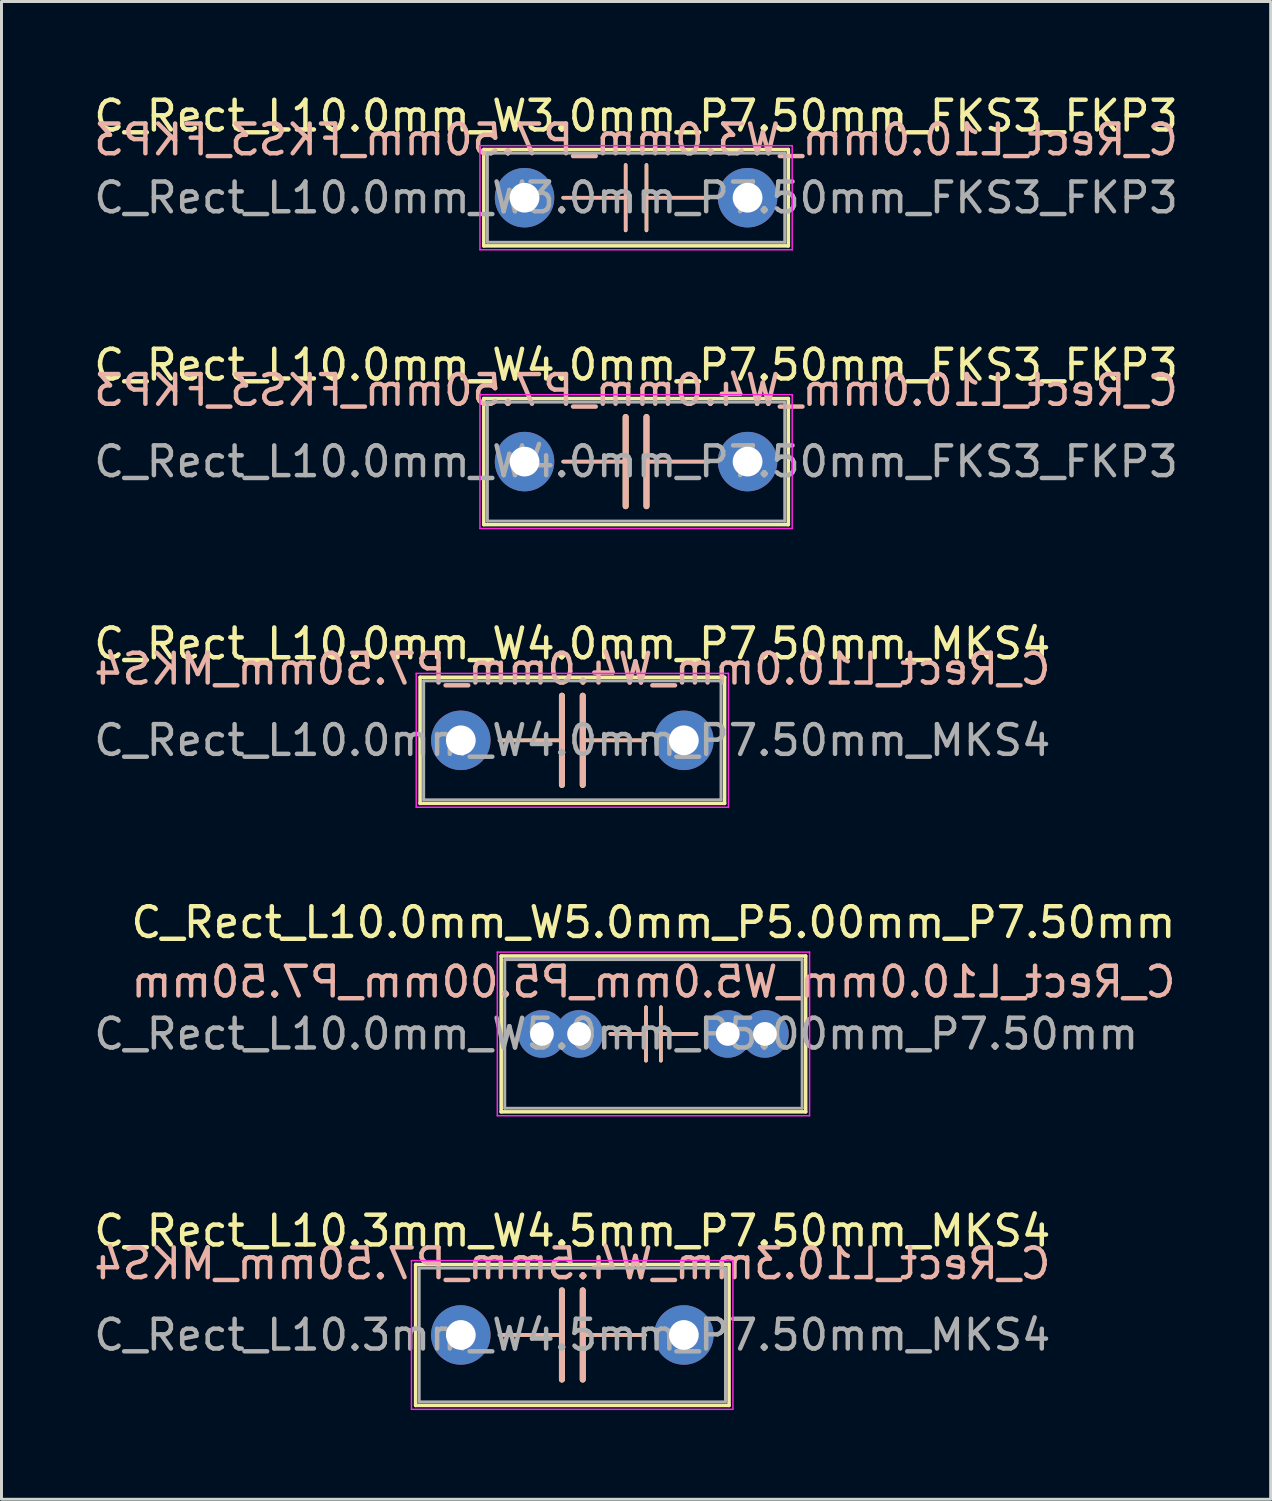
<source format=kicad_pcb>
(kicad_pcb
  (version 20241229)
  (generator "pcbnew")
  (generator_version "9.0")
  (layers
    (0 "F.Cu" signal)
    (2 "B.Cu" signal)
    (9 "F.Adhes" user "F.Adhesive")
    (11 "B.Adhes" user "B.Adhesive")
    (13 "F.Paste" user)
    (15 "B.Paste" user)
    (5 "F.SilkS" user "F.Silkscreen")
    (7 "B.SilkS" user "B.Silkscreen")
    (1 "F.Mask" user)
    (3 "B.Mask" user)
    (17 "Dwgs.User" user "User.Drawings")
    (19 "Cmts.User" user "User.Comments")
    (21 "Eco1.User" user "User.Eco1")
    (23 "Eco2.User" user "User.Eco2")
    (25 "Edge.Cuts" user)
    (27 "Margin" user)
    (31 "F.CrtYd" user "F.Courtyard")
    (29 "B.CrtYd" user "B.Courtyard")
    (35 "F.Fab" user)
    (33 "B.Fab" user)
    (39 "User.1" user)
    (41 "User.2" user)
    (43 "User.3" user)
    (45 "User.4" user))
  (footprint "C_Rect_L10.0mm_W3.0mm_P7.50mm_FKS3_FKP3"
    (layer "F.Cu")
    (at 14.589 3.598)
    (property "Reference" "C_Rect_L10.0mm_W3.0mm_P7.50mm_FKS3_FKP3" (at 3.75 -2.75 0) (layer "F.SilkS") (effects (font (size 1 1) (thickness 0.15))))
    (fp_line (start -1.37 -1.62) (end -1.37 1.62) (stroke (width 0.12) (type solid)) (layer "F.SilkS"))
    (fp_line (start -1.37 -1.62) (end 8.87 -1.62) (stroke (width 0.12) (type solid)) (layer "F.SilkS"))
    (fp_line (start -1.37 1.62) (end 8.87 1.62) (stroke (width 0.12) (type solid)) (layer "F.SilkS"))
    (fp_line (start 1.3 0) (end 3.4 0) (stroke (width 0.12) (type solid)) (layer "F.SilkS"))
    (fp_line (start 3.4 -1.1) (end 3.4 1.1) (stroke (width 0.12) (type solid)) (layer "F.SilkS"))
    (fp_line (start 4.1 -1.1) (end 4.1 1.1) (stroke (width 0.12) (type solid)) (layer "F.SilkS"))
    (fp_line (start 4.1 0) (end 6.2 0) (stroke (width 0.12) (type solid)) (layer "F.SilkS"))
    (fp_line (start 8.87 -1.62) (end 8.87 1.62) (stroke (width 0.12) (type solid)) (layer "F.SilkS"))
    (fp_line (start 1.3 0) (end 3.4 0) (stroke (width 0.12) (type solid)) (layer "B.SilkS"))
    (fp_line (start 3.4 1.1) (end 3.4 -1.1) (stroke (width 0.12) (type solid)) (layer "B.SilkS"))
    (fp_line (start 4.1 0) (end 6.2 0) (stroke (width 0.12) (type solid)) (layer "B.SilkS"))
    (fp_line (start 4.1 1.1) (end 4.1 -1.1) (stroke (width 0.12) (type solid)) (layer "B.SilkS"))
    (fp_line (start -1.5 -1.75) (end -1.5 1.75) (stroke (width 0.05) (type solid)) (layer "F.CrtYd"))
    (fp_line (start -1.5 1.75) (end 9 1.75) (stroke (width 0.05) (type solid)) (layer "F.CrtYd"))
    (fp_line (start 9 -1.75) (end -1.5 -1.75) (stroke (width 0.05) (type solid)) (layer "F.CrtYd"))
    (fp_line (start 9 1.75) (end 9 -1.75) (stroke (width 0.05) (type solid)) (layer "F.CrtYd"))
    (fp_line (start -1.25 -1.5) (end -1.25 1.5) (stroke (width 0.1) (type solid)) (layer "F.Fab"))
    (fp_line (start -1.25 1.5) (end 8.75 1.5) (stroke (width 0.1) (type solid)) (layer "F.Fab"))
    (fp_line (start 8.75 -1.5) (end -1.25 -1.5) (stroke (width 0.1) (type solid)) (layer "F.Fab"))
    (fp_line (start 8.75 1.5) (end 8.75 -1.5) (stroke (width 0.1) (type solid)) (layer "F.Fab"))
    (fp_text user "${REFERENCE}" (at 3.75 -1.95 0) (layer "B.SilkS") (effects (font (size 1 1) (thickness 0.15)) (justify mirror)))
    (fp_text user "${REFERENCE}" (at 3.75 0 0) (layer "F.Fab") (effects (font (size 1 1) (thickness 0.15))))
    (pad "1" thru_hole circle (at 0 0) (size 2 2) (drill 1) (layers "*.Cu" "*.Mask"))
    (pad "2" thru_hole circle (at 7.5 0) (size 2 2) (drill 1) (layers "*.Cu" "*.Mask")))
  (footprint "C_Rect_L10.0mm_W4.0mm_P7.50mm_FKS3_FKP3"
    (layer "F.Cu")
    (at 14.589 12.472)
    (property "Reference" "C_Rect_L10.0mm_W4.0mm_P7.50mm_FKS3_FKP3" (at 3.75 -3.25 0) (layer "F.SilkS") (effects (font (size 1 1) (thickness 0.15))))
    (fp_line (start -1.37 -2.12) (end -1.37 2.12) (stroke (width 0.12) (type solid)) (layer "F.SilkS"))
    (fp_line (start -1.37 -2.12) (end 8.87 -2.12) (stroke (width 0.12) (type solid)) (layer "F.SilkS"))
    (fp_line (start -1.37 2.12) (end 8.87 2.12) (stroke (width 0.12) (type solid)) (layer "F.SilkS"))
    (fp_line (start 1.3 0) (end 3.4 0) (stroke (width 0.12) (type solid)) (layer "F.SilkS"))
    (fp_line (start 3.4 -1.5) (end 3.4 1.5) (stroke (width 0.2) (type solid)) (layer "F.SilkS"))
    (fp_line (start 4.1 -1.5) (end 4.1 1.5) (stroke (width 0.2) (type solid)) (layer "F.SilkS"))
    (fp_line (start 4.1 0) (end 6.2 0) (stroke (width 0.12) (type solid)) (layer "F.SilkS"))
    (fp_line (start 8.87 -2.12) (end 8.87 2.12) (stroke (width 0.12) (type solid)) (layer "F.SilkS"))
    (fp_line (start 1.3 0) (end 3.4 0) (stroke (width 0.12) (type solid)) (layer "B.SilkS"))
    (fp_line (start 3.4 1.5) (end 3.4 -1.5) (stroke (width 0.2) (type solid)) (layer "B.SilkS"))
    (fp_line (start 4.1 0) (end 6.2 0) (stroke (width 0.12) (type solid)) (layer "B.SilkS"))
    (fp_line (start 4.1 1.5) (end 4.1 -1.5) (stroke (width 0.2) (type solid)) (layer "B.SilkS"))
    (fp_line (start -1.5 -2.25) (end -1.5 2.25) (stroke (width 0.05) (type solid)) (layer "F.CrtYd"))
    (fp_line (start -1.5 2.25) (end 9 2.25) (stroke (width 0.05) (type solid)) (layer "F.CrtYd"))
    (fp_line (start 9 -2.25) (end -1.5 -2.25) (stroke (width 0.05) (type solid)) (layer "F.CrtYd"))
    (fp_line (start 9 2.25) (end 9 -2.25) (stroke (width 0.05) (type solid)) (layer "F.CrtYd"))
    (fp_line (start -1.25 -2) (end -1.25 2) (stroke (width 0.1) (type solid)) (layer "F.Fab"))
    (fp_line (start -1.25 2) (end 8.75 2) (stroke (width 0.1) (type solid)) (layer "F.Fab"))
    (fp_line (start 8.75 -2) (end -1.25 -2) (stroke (width 0.1) (type solid)) (layer "F.Fab"))
    (fp_line (start 8.75 2) (end 8.75 -2) (stroke (width 0.1) (type solid)) (layer "F.Fab"))
    (fp_text user "${REFERENCE}" (at 3.75 -2.4 0) (layer "B.SilkS") (effects (font (size 1 1) (thickness 0.15)) (justify mirror)))
    (fp_text user "${REFERENCE}" (at 3.75 0 0) (layer "F.Fab") (effects (font (size 1 1) (thickness 0.15))))
    (pad "1" thru_hole circle (at 0 0) (size 2 2) (drill 1) (layers "*.Cu" "*.Mask"))
    (pad "2" thru_hole circle (at 7.5 0) (size 2 2) (drill 1) (layers "*.Cu" "*.Mask")))
  (footprint "C_Rect_L10.3mm_W4.5mm_P7.50mm_MKS4"
    (layer "F.Cu")
    (at 12.446 41.841)
    (property "Reference" "C_Rect_L10.3mm_W4.5mm_P7.50mm_MKS4" (at 3.75 -3.5 0) (layer "F.SilkS") (effects (font (size 1 1) (thickness 0.15))))
    (fp_line (start -1.52 -2.37) (end -1.52 2.37) (stroke (width 0.12) (type solid)) (layer "F.SilkS"))
    (fp_line (start -1.52 -2.37) (end 9.02 -2.37) (stroke (width 0.12) (type solid)) (layer "F.SilkS"))
    (fp_line (start -1.52 2.37) (end 9.02 2.37) (stroke (width 0.12) (type solid)) (layer "F.SilkS"))
    (fp_line (start 1.3 0) (end 3.4 0) (stroke (width 0.12) (type solid)) (layer "F.SilkS"))
    (fp_line (start 3.4 -1.5) (end 3.4 1.5) (stroke (width 0.2) (type solid)) (layer "F.SilkS"))
    (fp_line (start 4.1 -1.5) (end 4.1 1.5) (stroke (width 0.2) (type solid)) (layer "F.SilkS"))
    (fp_line (start 4.1 0) (end 6.2 0) (stroke (width 0.12) (type solid)) (layer "F.SilkS"))
    (fp_line (start 9.02 -2.37) (end 9.02 2.37) (stroke (width 0.12) (type solid)) (layer "F.SilkS"))
    (fp_line (start 1.3 0) (end 3.4 0) (stroke (width 0.12) (type solid)) (layer "B.SilkS"))
    (fp_line (start 3.4 1.5) (end 3.4 -1.5) (stroke (width 0.2) (type solid)) (layer "B.SilkS"))
    (fp_line (start 4.1 0) (end 6.2 0) (stroke (width 0.12) (type solid)) (layer "B.SilkS"))
    (fp_line (start 4.1 1.5) (end 4.1 -1.5) (stroke (width 0.2) (type solid)) (layer "B.SilkS"))
    (fp_line (start -1.66 -2.5) (end -1.66 2.5) (stroke (width 0.05) (type solid)) (layer "F.CrtYd"))
    (fp_line (start -1.66 2.5) (end 9.15 2.5) (stroke (width 0.05) (type solid)) (layer "F.CrtYd"))
    (fp_line (start 9.15 -2.5) (end -1.66 -2.5) (stroke (width 0.05) (type solid)) (layer "F.CrtYd"))
    (fp_line (start 9.15 2.5) (end 9.15 -2.5) (stroke (width 0.05) (type solid)) (layer "F.CrtYd"))
    (fp_line (start -1.4 -2.25) (end -1.4 2.25) (stroke (width 0.1) (type solid)) (layer "F.Fab"))
    (fp_line (start -1.4 2.25) (end 8.9 2.25) (stroke (width 0.1) (type solid)) (layer "F.Fab"))
    (fp_line (start 8.9 -2.25) (end -1.4 -2.25) (stroke (width 0.1) (type solid)) (layer "F.Fab"))
    (fp_line (start 8.9 2.25) (end 8.9 -2.25) (stroke (width 0.1) (type solid)) (layer "F.Fab"))
    (fp_text user "${REFERENCE}" (at 3.75 -2.4 0) (layer "B.SilkS") (effects (font (size 1 1) (thickness 0.15)) (justify mirror)))
    (fp_text user "${REFERENCE}" (at 3.75 0 0) (layer "F.Fab") (effects (font (size 1 1) (thickness 0.15))))
    (pad "1" thru_hole circle (at 0 0) (size 2 2) (drill 1) (layers "*.Cu" "*.Mask"))
    (pad "2" thru_hole circle (at 7.5 0) (size 2 2) (drill 1) (layers "*.Cu" "*.Mask")))
  (footprint "C_Rect_L10.0mm_W5.0mm_P5.00mm_P7.50mm"
    (layer "F.Cu")
    (at 15.173 31.718)
    (property "Reference" "C_Rect_L10.0mm_W5.0mm_P5.00mm_P7.50mm" (at 3.75 -3.75 0) (layer "F.SilkS") (effects (font (size 1 1) (thickness 0.15))))
    (fp_line (start -1.37 -2.62) (end -1.37 2.62) (stroke (width 0.12) (type solid)) (layer "F.SilkS"))
    (fp_line (start -1.37 -2.62) (end 8.87 -2.62) (stroke (width 0.12) (type solid)) (layer "F.SilkS"))
    (fp_line (start -1.37 2.62) (end 8.87 2.62) (stroke (width 0.12) (type solid)) (layer "F.SilkS"))
    (fp_line (start 2.3 0) (end 3.5 0) (stroke (width 0.12) (type solid)) (layer "F.SilkS"))
    (fp_line (start 3.5 -0.9) (end 3.5 0.9) (stroke (width 0.12) (type solid)) (layer "F.SilkS"))
    (fp_line (start 4 -0.9) (end 4 0.9) (stroke (width 0.12) (type solid)) (layer "F.SilkS"))
    (fp_line (start 5.2 0) (end 4 0) (stroke (width 0.12) (type solid)) (layer "F.SilkS"))
    (fp_line (start 8.87 -2.62) (end 8.87 2.62) (stroke (width 0.12) (type solid)) (layer "F.SilkS"))
    (fp_line (start 2.3 0) (end 3.5 0) (stroke (width 0.12) (type solid)) (layer "B.SilkS"))
    (fp_line (start 3.5 0.9) (end 3.5 -0.9) (stroke (width 0.12) (type solid)) (layer "B.SilkS"))
    (fp_line (start 4 0.9) (end 4 -0.9) (stroke (width 0.12) (type solid)) (layer "B.SilkS"))
    (fp_line (start 5.2 0) (end 4 0) (stroke (width 0.12) (type solid)) (layer "B.SilkS"))
    (fp_line (start -1.5 -2.75) (end -1.5 2.75) (stroke (width 0.05) (type solid)) (layer "F.CrtYd"))
    (fp_line (start -1.5 2.75) (end 9 2.75) (stroke (width 0.05) (type solid)) (layer "F.CrtYd"))
    (fp_line (start 9 -2.75) (end -1.5 -2.75) (stroke (width 0.05) (type solid)) (layer "F.CrtYd"))
    (fp_line (start 9 2.75) (end 9 -2.75) (stroke (width 0.05) (type solid)) (layer "F.CrtYd"))
    (fp_line (start -1.25 -2.5) (end -1.25 2.5) (stroke (width 0.1) (type solid)) (layer "F.Fab"))
    (fp_line (start -1.25 2.5) (end 8.75 2.5) (stroke (width 0.1) (type solid)) (layer "F.Fab"))
    (fp_line (start 8.75 -2.5) (end -1.25 -2.5) (stroke (width 0.1) (type solid)) (layer "F.Fab"))
    (fp_line (start 8.75 2.5) (end 8.75 -2.5) (stroke (width 0.1) (type solid)) (layer "F.Fab"))
    (fp_text user "${REFERENCE}" (at 3.75 -1.75 0) (layer "B.SilkS") (effects (font (size 1 1) (thickness 0.15)) (justify mirror)))
    (fp_text user "${REFERENCE}" (at 2.5 0 0) (layer "F.Fab") (effects (font (size 1 1) (thickness 0.15))))
    (pad "1" thru_hole circle (at 0 0) (size 1.6 1.6) (drill 0.8) (layers "*.Cu" "*.Mask"))
    (pad "1" thru_hole circle (at 1.25 0) (size 1.6 1.6) (drill 0.8) (layers "*.Cu" "*.Mask"))
    (pad "2" thru_hole circle (at 6.25 0) (size 1.6 1.6) (drill 0.8) (layers "*.Cu" "*.Mask"))
    (pad "2" thru_hole circle (at 7.5 0) (size 1.6 1.6) (drill 0.8) (layers "*.Cu" "*.Mask")))
  (footprint "C_Rect_L10.0mm_W4.0mm_P7.50mm_MKS4"
    (layer "F.Cu")
    (at 12.446 21.845)
    (property "Reference" "C_Rect_L10.0mm_W4.0mm_P7.50mm_MKS4" (at 3.75 -3.25 0) (layer "F.SilkS") (effects (font (size 1 1) (thickness 0.15))))
    (fp_line (start -1.37 -2.12) (end -1.37 2.12) (stroke (width 0.12) (type solid)) (layer "F.SilkS"))
    (fp_line (start -1.37 -2.12) (end 8.87 -2.12) (stroke (width 0.12) (type solid)) (layer "F.SilkS"))
    (fp_line (start -1.37 2.12) (end 8.87 2.12) (stroke (width 0.12) (type solid)) (layer "F.SilkS"))
    (fp_line (start 1.3 0) (end 3.4 0) (stroke (width 0.12) (type solid)) (layer "F.SilkS"))
    (fp_line (start 3.4 -1.5) (end 3.4 1.5) (stroke (width 0.2) (type solid)) (layer "F.SilkS"))
    (fp_line (start 4.1 -1.5) (end 4.1 1.5) (stroke (width 0.2) (type solid)) (layer "F.SilkS"))
    (fp_line (start 4.1 0) (end 6.2 0) (stroke (width 0.12) (type solid)) (layer "F.SilkS"))
    (fp_line (start 8.87 -2.12) (end 8.87 2.12) (stroke (width 0.12) (type solid)) (layer "F.SilkS"))
    (fp_line (start 1.3 0) (end 3.4 0) (stroke (width 0.12) (type solid)) (layer "B.SilkS"))
    (fp_line (start 3.4 1.5) (end 3.4 -1.5) (stroke (width 0.2) (type solid)) (layer "B.SilkS"))
    (fp_line (start 4.1 0) (end 6.2 0) (stroke (width 0.12) (type solid)) (layer "B.SilkS"))
    (fp_line (start 4.1 1.5) (end 4.1 -1.5) (stroke (width 0.2) (type solid)) (layer "B.SilkS"))
    (fp_line (start -1.5 -2.25) (end -1.5 2.25) (stroke (width 0.05) (type solid)) (layer "F.CrtYd"))
    (fp_line (start -1.5 2.25) (end 9 2.25) (stroke (width 0.05) (type solid)) (layer "F.CrtYd"))
    (fp_line (start 9 -2.25) (end -1.5 -2.25) (stroke (width 0.05) (type solid)) (layer "F.CrtYd"))
    (fp_line (start 9 2.25) (end 9 -2.25) (stroke (width 0.05) (type solid)) (layer "F.CrtYd"))
    (fp_line (start -1.25 -2) (end -1.25 2) (stroke (width 0.1) (type solid)) (layer "F.Fab"))
    (fp_line (start -1.25 2) (end 8.75 2) (stroke (width 0.1) (type solid)) (layer "F.Fab"))
    (fp_line (start 8.75 -2) (end -1.25 -2) (stroke (width 0.1) (type solid)) (layer "F.Fab"))
    (fp_line (start 8.75 2) (end 8.75 -2) (stroke (width 0.1) (type solid)) (layer "F.Fab"))
    (fp_text user "${REFERENCE}" (at 3.75 -2.4 0) (layer "B.SilkS") (effects (font (size 1 1) (thickness 0.15)) (justify mirror)))
    (fp_text user "${REFERENCE}" (at 3.75 0 0) (layer "F.Fab") (effects (font (size 1 1) (thickness 0.15))))
    (pad "1" thru_hole circle (at 0 0) (size 2 2) (drill 1) (layers "*.Cu" "*.Mask"))
    (pad "2" thru_hole circle (at 7.5 0) (size 2 2) (drill 1) (layers "*.Cu" "*.Mask")))
  (gr_rect
    (start -3 -3)
    (end 39.679 47.366)
    (stroke (width 0.1) (type default))
    (fill no)
    (layer "Edge.Cuts")))
</source>
